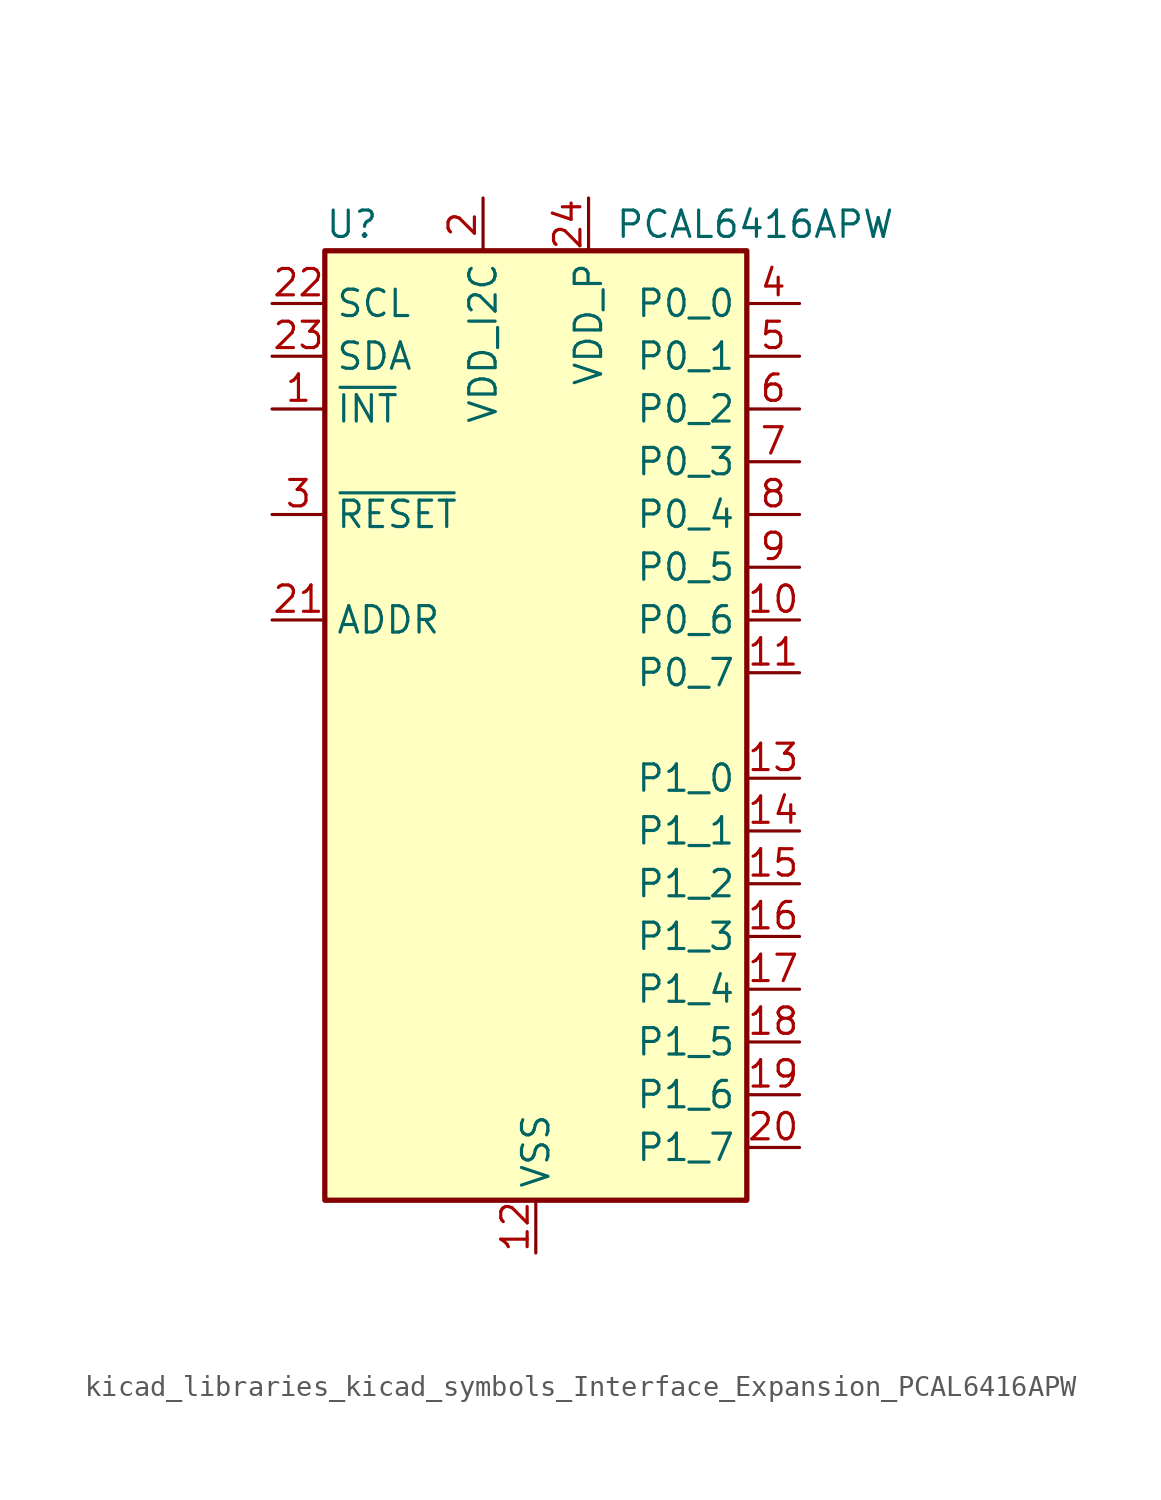
<source format=kicad_sym>
(kicad_symbol_lib
  (version 20220914)
  (generator kicad_symbol_editor)
  (symbol "kicad_libraries_kicad_symbols_Interface_Expansion_PCAL6416APW"
    (property "Reference" "U"
      (at -10.16 24.13 0)
      (effects (font (size 1.27 1.27)) (justify left)))
    (property "Value" "PCAL6416APW"
      (at 3.81 24.13 0)
      (effects (font (size 1.27 1.27)) (justify left)))
    (symbol "kicad_libraries_kicad_symbols_Interface_Expansion_PCAL6416APW_0_1"
      (rectangle (start -10.16 22.86) (end 10.16 -22.86) (stroke (width 0.254) (type default)) (fill (type background))))
    (symbol "kicad_libraries_kicad_symbols_Interface_Expansion_PCAL6416APW_1_1"
      (pin open_collector line (at -12.7 15.24 0) (length 2.54) (name "~{INT}" (effects (font (size 1.27 1.27)))) (number "1" (effects (font (size 1.27 1.27)))))
      (pin bidirectional line (at 12.7 5.08 180) (length 2.54) (name "P0_6" (effects (font (size 1.27 1.27)))) (number "10" (effects (font (size 1.27 1.27)))))
      (pin bidirectional line (at 12.7 2.54 180) (length 2.54) (name "P0_7" (effects (font (size 1.27 1.27)))) (number "11" (effects (font (size 1.27 1.27)))))
      (pin power_in line (at 0 -25.4 90) (length 2.54) (name "VSS" (effects (font (size 1.27 1.27)))) (number "12" (effects (font (size 1.27 1.27)))))
      (pin bidirectional line (at 12.7 -2.54 180) (length 2.54) (name "P1_0" (effects (font (size 1.27 1.27)))) (number "13" (effects (font (size 1.27 1.27)))))
      (pin bidirectional line (at 12.7 -5.08 180) (length 2.54) (name "P1_1" (effects (font (size 1.27 1.27)))) (number "14" (effects (font (size 1.27 1.27)))))
      (pin bidirectional line (at 12.7 -7.62 180) (length 2.54) (name "P1_2" (effects (font (size 1.27 1.27)))) (number "15" (effects (font (size 1.27 1.27)))))
      (pin bidirectional line (at 12.7 -10.16 180) (length 2.54) (name "P1_3" (effects (font (size 1.27 1.27)))) (number "16" (effects (font (size 1.27 1.27)))))
      (pin bidirectional line (at 12.7 -12.7 180) (length 2.54) (name "P1_4" (effects (font (size 1.27 1.27)))) (number "17" (effects (font (size 1.27 1.27)))))
      (pin bidirectional line (at 12.7 -15.24 180) (length 2.54) (name "P1_5" (effects (font (size 1.27 1.27)))) (number "18" (effects (font (size 1.27 1.27)))))
      (pin bidirectional line (at 12.7 -17.78 180) (length 2.54) (name "P1_6" (effects (font (size 1.27 1.27)))) (number "19" (effects (font (size 1.27 1.27)))))
      (pin power_in line (at -2.54 25.4 270) (length 2.54) (name "VDD_I2C" (effects (font (size 1.27 1.27)))) (number "2" (effects (font (size 1.27 1.27)))))
      (pin bidirectional line (at 12.7 -20.32 180) (length 2.54) (name "P1_7" (effects (font (size 1.27 1.27)))) (number "20" (effects (font (size 1.27 1.27)))))
      (pin input line (at -12.7 5.08 0) (length 2.54) (name "ADDR" (effects (font (size 1.27 1.27)))) (number "21" (effects (font (size 1.27 1.27)))))
      (pin input line (at -12.7 20.32 0) (length 2.54) (name "SCL" (effects (font (size 1.27 1.27)))) (number "22" (effects (font (size 1.27 1.27)))))
      (pin bidirectional line (at -12.7 17.78 0) (length 2.54) (name "SDA" (effects (font (size 1.27 1.27)))) (number "23" (effects (font (size 1.27 1.27)))))
      (pin power_in line (at 2.54 25.4 270) (length 2.54) (name "VDD_P" (effects (font (size 1.27 1.27)))) (number "24" (effects (font (size 1.27 1.27)))))
      (pin input line (at -12.7 10.16 0) (length 2.54) (name "~{RESET}" (effects (font (size 1.27 1.27)))) (number "3" (effects (font (size 1.27 1.27)))))
      (pin bidirectional line (at 12.7 20.32 180) (length 2.54) (name "P0_0" (effects (font (size 1.27 1.27)))) (number "4" (effects (font (size 1.27 1.27)))))
      (pin bidirectional line (at 12.7 17.78 180) (length 2.54) (name "P0_1" (effects (font (size 1.27 1.27)))) (number "5" (effects (font (size 1.27 1.27)))))
      (pin bidirectional line (at 12.7 15.24 180) (length 2.54) (name "P0_2" (effects (font (size 1.27 1.27)))) (number "6" (effects (font (size 1.27 1.27)))))
      (pin bidirectional line (at 12.7 12.7 180) (length 2.54) (name "P0_3" (effects (font (size 1.27 1.27)))) (number "7" (effects (font (size 1.27 1.27)))))
      (pin bidirectional line (at 12.7 10.16 180) (length 2.54) (name "P0_4" (effects (font (size 1.27 1.27)))) (number "8" (effects (font (size 1.27 1.27)))))
      (pin bidirectional line (at 12.7 7.62 180) (length 2.54) (name "P0_5" (effects (font (size 1.27 1.27)))) (number "9" (effects (font (size 1.27 1.27))))))))
</source>
